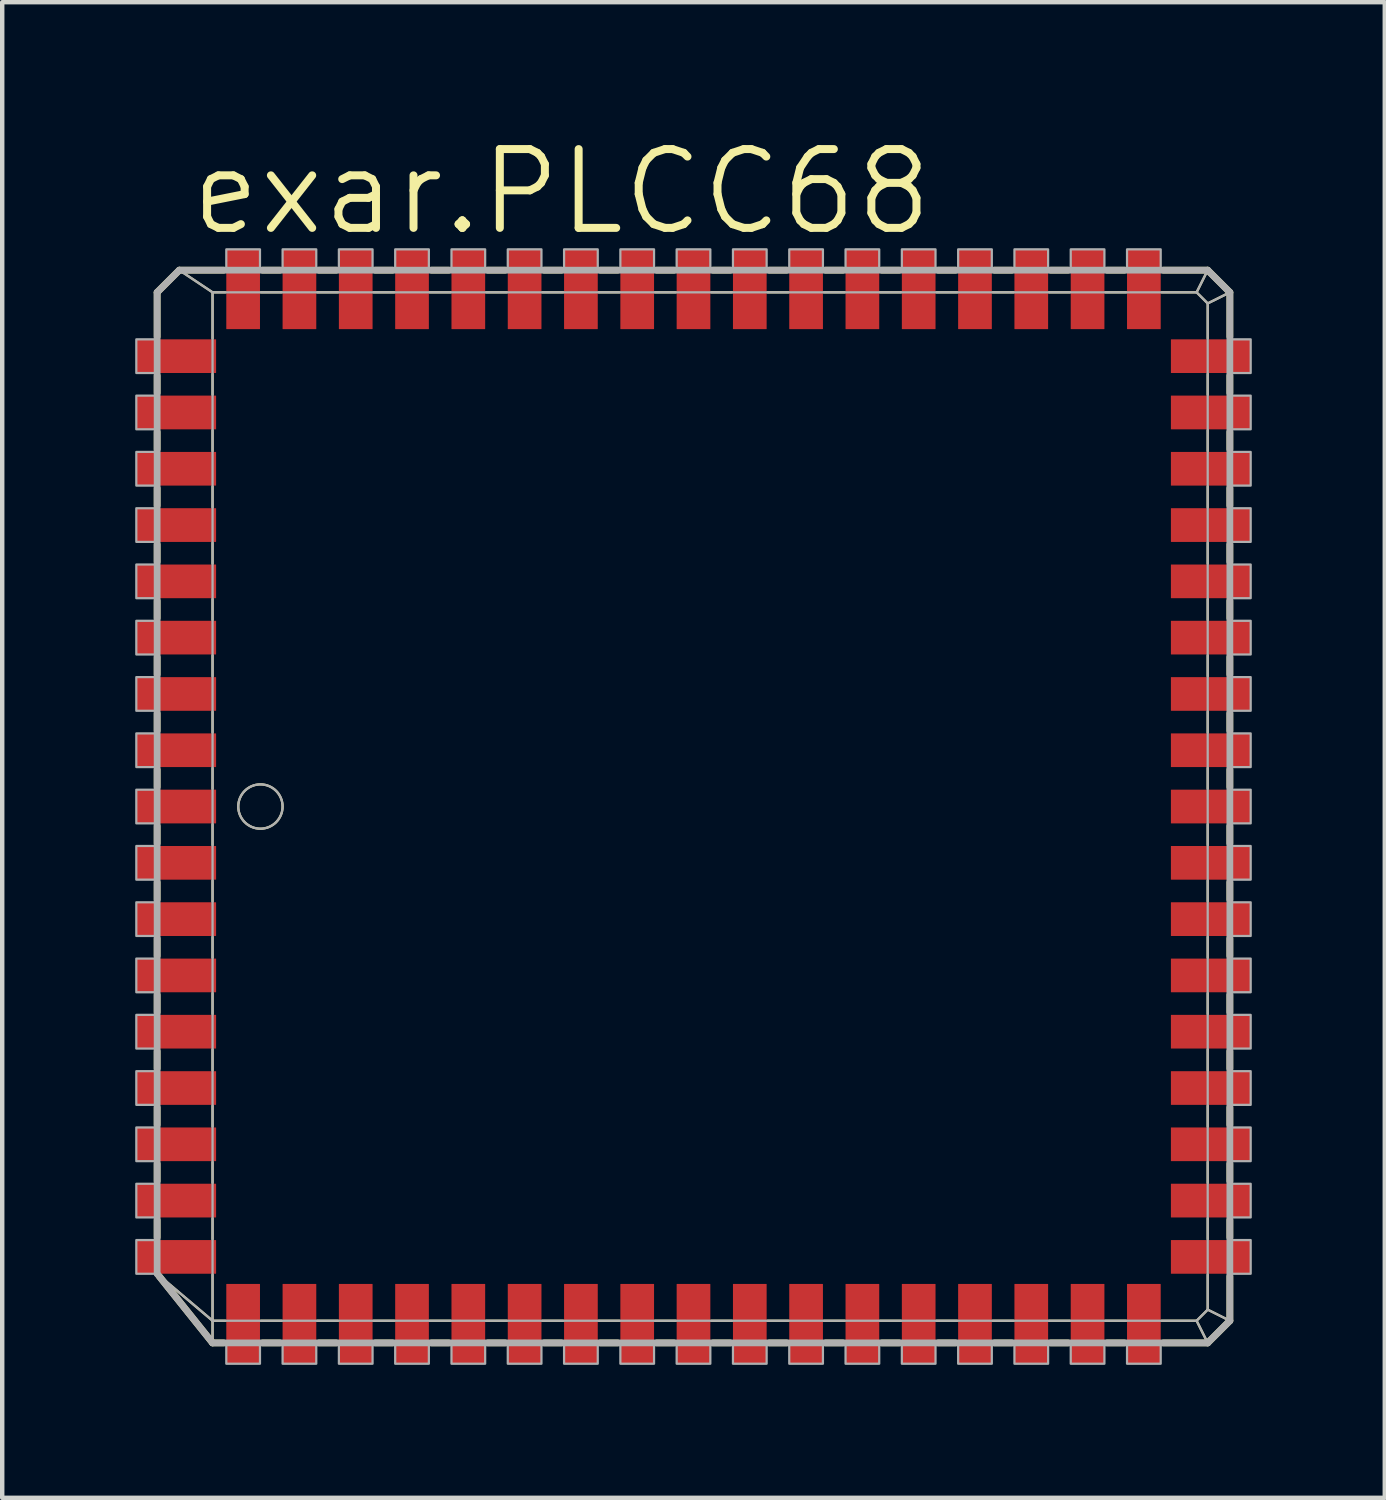
<source format=kicad_pcb>
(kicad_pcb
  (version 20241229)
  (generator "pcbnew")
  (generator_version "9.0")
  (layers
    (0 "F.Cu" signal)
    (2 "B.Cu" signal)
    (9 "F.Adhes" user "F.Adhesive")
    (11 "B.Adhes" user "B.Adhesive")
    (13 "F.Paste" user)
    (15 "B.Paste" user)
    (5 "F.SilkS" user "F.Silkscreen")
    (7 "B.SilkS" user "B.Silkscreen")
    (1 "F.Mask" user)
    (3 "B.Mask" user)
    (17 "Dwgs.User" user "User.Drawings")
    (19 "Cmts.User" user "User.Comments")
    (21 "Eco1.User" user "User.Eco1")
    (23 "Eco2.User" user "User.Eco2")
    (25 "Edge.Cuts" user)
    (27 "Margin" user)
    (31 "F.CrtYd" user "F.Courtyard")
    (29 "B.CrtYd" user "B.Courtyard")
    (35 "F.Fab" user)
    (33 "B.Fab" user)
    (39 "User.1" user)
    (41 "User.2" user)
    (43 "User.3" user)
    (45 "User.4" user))
  (footprint "exar.PLCC68"
    (layer "F.Cu")
    (at 12.595 15.145)
    (property "Reference" "exar.PLCC68" (at -11.43 -12.827 0) (layer "F.SilkS") (effects (font (size 1.778 1.778) (thickness 0.18)) (justify left bottom)))
    (attr smd)
    (fp_line (start -12.1 -11.6) (end -11.6 -12.1) (stroke (width 0.152) (type default)) (layer "F.SilkS"))
    (fp_line (start -12.1 -10.6) (end -12.1 -11.6) (stroke (width 0.152) (type default)) (layer "F.SilkS"))
    (fp_line (start -12.1 -9.33) (end -12.1 -9.72) (stroke (width 0.152) (type default)) (layer "F.SilkS"))
    (fp_line (start -12.1 -8.06) (end -12.1 -8.45) (stroke (width 0.152) (type default)) (layer "F.SilkS"))
    (fp_line (start -12.1 -6.79) (end -12.1 -7.18) (stroke (width 0.152) (type default)) (layer "F.SilkS"))
    (fp_line (start -12.1 -5.52) (end -12.1 -5.91) (stroke (width 0.152) (type default)) (layer "F.SilkS"))
    (fp_line (start -12.1 -4.25) (end -12.1 -4.64) (stroke (width 0.152) (type default)) (layer "F.SilkS"))
    (fp_line (start -12.1 -2.98) (end -12.1 -3.37) (stroke (width 0.152) (type default)) (layer "F.SilkS"))
    (fp_line (start -12.1 -1.71) (end -12.1 -2.1) (stroke (width 0.152) (type default)) (layer "F.SilkS"))
    (fp_line (start -12.1 -0.44) (end -12.1 -0.83) (stroke (width 0.152) (type default)) (layer "F.SilkS"))
    (fp_line (start -12.1 0.83) (end -12.1 0.44) (stroke (width 0.152) (type default)) (layer "F.SilkS"))
    (fp_line (start -12.1 2.1) (end -12.1 1.71) (stroke (width 0.152) (type default)) (layer "F.SilkS"))
    (fp_line (start -12.1 3.37) (end -12.1 2.98) (stroke (width 0.152) (type default)) (layer "F.SilkS"))
    (fp_line (start -12.1 4.64) (end -12.1 4.25) (stroke (width 0.152) (type default)) (layer "F.SilkS"))
    (fp_line (start -12.1 5.91) (end -12.1 5.52) (stroke (width 0.152) (type default)) (layer "F.SilkS"))
    (fp_line (start -12.1 7.18) (end -12.1 6.79) (stroke (width 0.152) (type default)) (layer "F.SilkS"))
    (fp_line (start -12.1 8.45) (end -12.1 8.06) (stroke (width 0.152) (type default)) (layer "F.SilkS"))
    (fp_line (start -12.1 9.72) (end -12.1 9.33) (stroke (width 0.152) (type default)) (layer "F.SilkS"))
    (fp_line (start -11.6 -12.1) (end -10.85 -11.6) (stroke (width 0.051) (type default)) (layer "F.SilkS"))
    (fp_line (start -11.6 -12.1) (end -10.6 -12.1) (stroke (width 0.152) (type default)) (layer "F.SilkS"))
    (fp_line (start -10.85 -11.6) (end -10.56 -11.6) (stroke (width 0.051) (type default)) (layer "F.SilkS"))
    (fp_line (start -10.85 -10.56) (end -10.85 -11.6) (stroke (width 0.051) (type default)) (layer "F.SilkS"))
    (fp_line (start -10.85 -9.29) (end -10.85 -9.76) (stroke (width 0.051) (type default)) (layer "F.SilkS"))
    (fp_line (start -10.85 -8.02) (end -10.85 -8.49) (stroke (width 0.051) (type default)) (layer "F.SilkS"))
    (fp_line (start -10.85 -6.75) (end -10.85 -7.22) (stroke (width 0.051) (type default)) (layer "F.SilkS"))
    (fp_line (start -10.85 -5.48) (end -10.85 -5.95) (stroke (width 0.051) (type default)) (layer "F.SilkS"))
    (fp_line (start -10.85 -4.21) (end -10.85 -4.68) (stroke (width 0.051) (type default)) (layer "F.SilkS"))
    (fp_line (start -10.85 -2.94) (end -10.85 -3.41) (stroke (width 0.051) (type default)) (layer "F.SilkS"))
    (fp_line (start -10.85 -1.67) (end -10.85 -2.14) (stroke (width 0.051) (type default)) (layer "F.SilkS"))
    (fp_line (start -10.85 -0.4) (end -10.85 -0.87) (stroke (width 0.051) (type default)) (layer "F.SilkS"))
    (fp_line (start -10.85 0.87) (end -10.85 0.4) (stroke (width 0.051) (type default)) (layer "F.SilkS"))
    (fp_line (start -10.85 2.14) (end -10.85 1.67) (stroke (width 0.051) (type default)) (layer "F.SilkS"))
    (fp_line (start -10.85 3.41) (end -10.85 2.94) (stroke (width 0.051) (type default)) (layer "F.SilkS"))
    (fp_line (start -10.85 4.68) (end -10.85 4.21) (stroke (width 0.051) (type default)) (layer "F.SilkS"))
    (fp_line (start -10.85 5.95) (end -10.85 5.48) (stroke (width 0.051) (type default)) (layer "F.SilkS"))
    (fp_line (start -10.85 7.22) (end -10.85 6.75) (stroke (width 0.051) (type default)) (layer "F.SilkS"))
    (fp_line (start -10.85 8.49) (end -10.85 8.02) (stroke (width 0.051) (type default)) (layer "F.SilkS"))
    (fp_line (start -10.85 9.76) (end -10.85 9.29) (stroke (width 0.051) (type default)) (layer "F.SilkS"))
    (fp_line (start -10.85 11.6) (end -12.08 10.56) (stroke (width 0.051) (type default)) (layer "F.SilkS"))
    (fp_line (start -10.85 11.6) (end -10.85 10.56) (stroke (width 0.051) (type default)) (layer "F.SilkS"))
    (fp_line (start -10.85 12.1) (end -12.05 10.6) (stroke (width 0.152) (type default)) (layer "F.SilkS"))
    (fp_line (start -10.85 12.1) (end -10.85 11.6) (stroke (width 0.051) (type default)) (layer "F.SilkS"))
    (fp_line (start -10.6 12.1) (end -10.85 12.1) (stroke (width 0.152) (type default)) (layer "F.SilkS"))
    (fp_line (start -10.56 11.6) (end -10.85 11.6) (stroke (width 0.051) (type default)) (layer "F.SilkS"))
    (fp_line (start -9.76 -11.6) (end -9.29 -11.6) (stroke (width 0.051) (type default)) (layer "F.SilkS"))
    (fp_line (start -9.72 -12.1) (end -9.33 -12.1) (stroke (width 0.152) (type default)) (layer "F.SilkS"))
    (fp_line (start -9.33 12.1) (end -9.72 12.1) (stroke (width 0.152) (type default)) (layer "F.SilkS"))
    (fp_line (start -9.29 11.6) (end -9.76 11.6) (stroke (width 0.051) (type default)) (layer "F.SilkS"))
    (fp_line (start -8.49 -11.6) (end -8.02 -11.6) (stroke (width 0.051) (type default)) (layer "F.SilkS"))
    (fp_line (start -8.45 -12.1) (end -8.06 -12.1) (stroke (width 0.152) (type default)) (layer "F.SilkS"))
    (fp_line (start -8.06 12.1) (end -8.45 12.1) (stroke (width 0.152) (type default)) (layer "F.SilkS"))
    (fp_line (start -8.02 11.6) (end -8.49 11.6) (stroke (width 0.051) (type default)) (layer "F.SilkS"))
    (fp_line (start -7.22 -11.6) (end -6.75 -11.6) (stroke (width 0.051) (type default)) (layer "F.SilkS"))
    (fp_line (start -7.18 -12.1) (end -6.79 -12.1) (stroke (width 0.152) (type default)) (layer "F.SilkS"))
    (fp_line (start -6.79 12.1) (end -7.18 12.1) (stroke (width 0.152) (type default)) (layer "F.SilkS"))
    (fp_line (start -6.75 11.6) (end -7.22 11.6) (stroke (width 0.051) (type default)) (layer "F.SilkS"))
    (fp_line (start -5.95 -11.6) (end -5.48 -11.6) (stroke (width 0.051) (type default)) (layer "F.SilkS"))
    (fp_line (start -5.91 -12.1) (end -5.52 -12.1) (stroke (width 0.152) (type default)) (layer "F.SilkS"))
    (fp_line (start -5.52 12.1) (end -5.91 12.1) (stroke (width 0.152) (type default)) (layer "F.SilkS"))
    (fp_line (start -5.48 11.6) (end -5.95 11.6) (stroke (width 0.051) (type default)) (layer "F.SilkS"))
    (fp_line (start -4.68 -11.6) (end -4.21 -11.6) (stroke (width 0.051) (type default)) (layer "F.SilkS"))
    (fp_line (start -4.64 -12.1) (end -4.25 -12.1) (stroke (width 0.152) (type default)) (layer "F.SilkS"))
    (fp_line (start -4.25 12.1) (end -4.64 12.1) (stroke (width 0.152) (type default)) (layer "F.SilkS"))
    (fp_line (start -4.21 11.6) (end -4.68 11.6) (stroke (width 0.051) (type default)) (layer "F.SilkS"))
    (fp_line (start -3.41 -11.6) (end -2.94 -11.6) (stroke (width 0.051) (type default)) (layer "F.SilkS"))
    (fp_line (start -3.37 -12.1) (end -2.98 -12.1) (stroke (width 0.152) (type default)) (layer "F.SilkS"))
    (fp_line (start -2.98 12.1) (end -3.37 12.1) (stroke (width 0.152) (type default)) (layer "F.SilkS"))
    (fp_line (start -2.94 11.6) (end -3.41 11.6) (stroke (width 0.051) (type default)) (layer "F.SilkS"))
    (fp_line (start -2.14 -11.6) (end -1.67 -11.6) (stroke (width 0.051) (type default)) (layer "F.SilkS"))
    (fp_line (start -2.1 -12.1) (end -1.71 -12.1) (stroke (width 0.152) (type default)) (layer "F.SilkS"))
    (fp_line (start -1.71 12.1) (end -2.1 12.1) (stroke (width 0.152) (type default)) (layer "F.SilkS"))
    (fp_line (start -1.67 11.6) (end -2.14 11.6) (stroke (width 0.051) (type default)) (layer "F.SilkS"))
    (fp_line (start -0.87 -11.6) (end -0.4 -11.6) (stroke (width 0.051) (type default)) (layer "F.SilkS"))
    (fp_line (start -0.83 -12.1) (end -0.44 -12.1) (stroke (width 0.152) (type default)) (layer "F.SilkS"))
    (fp_line (start -0.44 12.1) (end -0.83 12.1) (stroke (width 0.152) (type default)) (layer "F.SilkS"))
    (fp_line (start -0.4 11.6) (end -0.87 11.6) (stroke (width 0.051) (type default)) (layer "F.SilkS"))
    (fp_line (start 0.4 -11.6) (end 0.87 -11.6) (stroke (width 0.051) (type default)) (layer "F.SilkS"))
    (fp_line (start 0.44 -12.1) (end 0.83 -12.1) (stroke (width 0.152) (type default)) (layer "F.SilkS"))
    (fp_line (start 0.83 12.1) (end 0.44 12.1) (stroke (width 0.152) (type default)) (layer "F.SilkS"))
    (fp_line (start 0.87 11.6) (end 0.4 11.6) (stroke (width 0.051) (type default)) (layer "F.SilkS"))
    (fp_line (start 1.67 -11.6) (end 2.14 -11.6) (stroke (width 0.051) (type default)) (layer "F.SilkS"))
    (fp_line (start 1.71 -12.1) (end 2.1 -12.1) (stroke (width 0.152) (type default)) (layer "F.SilkS"))
    (fp_line (start 2.1 12.1) (end 1.71 12.1) (stroke (width 0.152) (type default)) (layer "F.SilkS"))
    (fp_line (start 2.14 11.6) (end 1.67 11.6) (stroke (width 0.051) (type default)) (layer "F.SilkS"))
    (fp_line (start 2.94 -11.6) (end 3.41 -11.6) (stroke (width 0.051) (type default)) (layer "F.SilkS"))
    (fp_line (start 2.98 -12.1) (end 3.37 -12.1) (stroke (width 0.152) (type default)) (layer "F.SilkS"))
    (fp_line (start 3.37 12.1) (end 2.98 12.1) (stroke (width 0.152) (type default)) (layer "F.SilkS"))
    (fp_line (start 3.41 11.6) (end 2.94 11.6) (stroke (width 0.051) (type default)) (layer "F.SilkS"))
    (fp_line (start 4.21 -11.6) (end 4.68 -11.6) (stroke (width 0.051) (type default)) (layer "F.SilkS"))
    (fp_line (start 4.25 -12.1) (end 4.64 -12.1) (stroke (width 0.152) (type default)) (layer "F.SilkS"))
    (fp_line (start 4.64 12.1) (end 4.25 12.1) (stroke (width 0.152) (type default)) (layer "F.SilkS"))
    (fp_line (start 4.68 11.6) (end 4.21 11.6) (stroke (width 0.051) (type default)) (layer "F.SilkS"))
    (fp_line (start 5.48 -11.6) (end 5.95 -11.6) (stroke (width 0.051) (type default)) (layer "F.SilkS"))
    (fp_line (start 5.52 -12.1) (end 5.91 -12.1) (stroke (width 0.152) (type default)) (layer "F.SilkS"))
    (fp_line (start 5.91 12.1) (end 5.52 12.1) (stroke (width 0.152) (type default)) (layer "F.SilkS"))
    (fp_line (start 5.95 11.6) (end 5.48 11.6) (stroke (width 0.051) (type default)) (layer "F.SilkS"))
    (fp_line (start 6.75 -11.6) (end 7.22 -11.6) (stroke (width 0.051) (type default)) (layer "F.SilkS"))
    (fp_line (start 6.79 -12.1) (end 7.18 -12.1) (stroke (width 0.152) (type default)) (layer "F.SilkS"))
    (fp_line (start 7.18 12.1) (end 6.79 12.1) (stroke (width 0.152) (type default)) (layer "F.SilkS"))
    (fp_line (start 7.22 11.6) (end 6.75 11.6) (stroke (width 0.051) (type default)) (layer "F.SilkS"))
    (fp_line (start 8.02 -11.6) (end 8.49 -11.6) (stroke (width 0.051) (type default)) (layer "F.SilkS"))
    (fp_line (start 8.06 -12.1) (end 8.45 -12.1) (stroke (width 0.152) (type default)) (layer "F.SilkS"))
    (fp_line (start 8.45 12.1) (end 8.06 12.1) (stroke (width 0.152) (type default)) (layer "F.SilkS"))
    (fp_line (start 8.49 11.6) (end 8.02 11.6) (stroke (width 0.051) (type default)) (layer "F.SilkS"))
    (fp_line (start 9.29 -11.6) (end 9.76 -11.6) (stroke (width 0.051) (type default)) (layer "F.SilkS"))
    (fp_line (start 9.33 -12.1) (end 9.72 -12.1) (stroke (width 0.152) (type default)) (layer "F.SilkS"))
    (fp_line (start 9.72 12.1) (end 9.33 12.1) (stroke (width 0.152) (type default)) (layer "F.SilkS"))
    (fp_line (start 9.76 11.6) (end 9.29 11.6) (stroke (width 0.051) (type default)) (layer "F.SilkS"))
    (fp_line (start 10.56 -11.6) (end 11.35 -11.6) (stroke (width 0.051) (type default)) (layer "F.SilkS"))
    (fp_line (start 10.6 -12.1) (end 11.6 -12.1) (stroke (width 0.152) (type default)) (layer "F.SilkS"))
    (fp_line (start 11.35 -11.6) (end 11.6 -12.1) (stroke (width 0.051) (type default)) (layer "F.SilkS"))
    (fp_line (start 11.35 -11.6) (end 11.6 -11.35) (stroke (width 0.051) (type default)) (layer "F.SilkS"))
    (fp_line (start 11.35 11.6) (end 10.56 11.6) (stroke (width 0.051) (type default)) (layer "F.SilkS"))
    (fp_line (start 11.6 -12.1) (end 12.1 -11.6) (stroke (width 0.152) (type default)) (layer "F.SilkS"))
    (fp_line (start 11.6 -11.35) (end 11.6 -10.56) (stroke (width 0.051) (type default)) (layer "F.SilkS"))
    (fp_line (start 11.6 -11.35) (end 12.1 -11.6) (stroke (width 0.051) (type default)) (layer "F.SilkS"))
    (fp_line (start 11.6 -9.76) (end 11.6 -9.29) (stroke (width 0.051) (type default)) (layer "F.SilkS"))
    (fp_line (start 11.6 -8.49) (end 11.6 -8.02) (stroke (width 0.051) (type default)) (layer "F.SilkS"))
    (fp_line (start 11.6 -7.22) (end 11.6 -6.75) (stroke (width 0.051) (type default)) (layer "F.SilkS"))
    (fp_line (start 11.6 -5.95) (end 11.6 -5.48) (stroke (width 0.051) (type default)) (layer "F.SilkS"))
    (fp_line (start 11.6 -4.68) (end 11.6 -4.21) (stroke (width 0.051) (type default)) (layer "F.SilkS"))
    (fp_line (start 11.6 -3.41) (end 11.6 -2.94) (stroke (width 0.051) (type default)) (layer "F.SilkS"))
    (fp_line (start 11.6 -2.14) (end 11.6 -1.67) (stroke (width 0.051) (type default)) (layer "F.SilkS"))
    (fp_line (start 11.6 -0.87) (end 11.6 -0.4) (stroke (width 0.051) (type default)) (layer "F.SilkS"))
    (fp_line (start 11.6 0.4) (end 11.6 0.87) (stroke (width 0.051) (type default)) (layer "F.SilkS"))
    (fp_line (start 11.6 1.67) (end 11.6 2.14) (stroke (width 0.051) (type default)) (layer "F.SilkS"))
    (fp_line (start 11.6 2.94) (end 11.6 3.41) (stroke (width 0.051) (type default)) (layer "F.SilkS"))
    (fp_line (start 11.6 4.21) (end 11.6 4.68) (stroke (width 0.051) (type default)) (layer "F.SilkS"))
    (fp_line (start 11.6 5.48) (end 11.6 5.95) (stroke (width 0.051) (type default)) (layer "F.SilkS"))
    (fp_line (start 11.6 6.75) (end 11.6 7.22) (stroke (width 0.051) (type default)) (layer "F.SilkS"))
    (fp_line (start 11.6 8.02) (end 11.6 8.49) (stroke (width 0.051) (type default)) (layer "F.SilkS"))
    (fp_line (start 11.6 9.29) (end 11.6 9.76) (stroke (width 0.051) (type default)) (layer "F.SilkS"))
    (fp_line (start 11.6 10.56) (end 11.6 11.35) (stroke (width 0.051) (type default)) (layer "F.SilkS"))
    (fp_line (start 11.6 11.35) (end 11.35 11.6) (stroke (width 0.051) (type default)) (layer "F.SilkS"))
    (fp_line (start 11.6 12.1) (end 10.6 12.1) (stroke (width 0.152) (type default)) (layer "F.SilkS"))
    (fp_line (start 11.6 12.1) (end 11.35 11.6) (stroke (width 0.051) (type default)) (layer "F.SilkS"))
    (fp_line (start 12.1 -11.6) (end 12.1 -10.6) (stroke (width 0.152) (type default)) (layer "F.SilkS"))
    (fp_line (start 12.1 -9.72) (end 12.1 -9.33) (stroke (width 0.152) (type default)) (layer "F.SilkS"))
    (fp_line (start 12.1 -8.45) (end 12.1 -8.06) (stroke (width 0.152) (type default)) (layer "F.SilkS"))
    (fp_line (start 12.1 -7.18) (end 12.1 -6.79) (stroke (width 0.152) (type default)) (layer "F.SilkS"))
    (fp_line (start 12.1 -5.91) (end 12.1 -5.52) (stroke (width 0.152) (type default)) (layer "F.SilkS"))
    (fp_line (start 12.1 -4.64) (end 12.1 -4.25) (stroke (width 0.152) (type default)) (layer "F.SilkS"))
    (fp_line (start 12.1 -3.37) (end 12.1 -2.98) (stroke (width 0.152) (type default)) (layer "F.SilkS"))
    (fp_line (start 12.1 -2.1) (end 12.1 -1.71) (stroke (width 0.152) (type default)) (layer "F.SilkS"))
    (fp_line (start 12.1 -0.83) (end 12.1 -0.44) (stroke (width 0.152) (type default)) (layer "F.SilkS"))
    (fp_line (start 12.1 0.44) (end 12.1 0.83) (stroke (width 0.152) (type default)) (layer "F.SilkS"))
    (fp_line (start 12.1 1.71) (end 12.1 2.1) (stroke (width 0.152) (type default)) (layer "F.SilkS"))
    (fp_line (start 12.1 2.98) (end 12.1 3.37) (stroke (width 0.152) (type default)) (layer "F.SilkS"))
    (fp_line (start 12.1 4.25) (end 12.1 4.64) (stroke (width 0.152) (type default)) (layer "F.SilkS"))
    (fp_line (start 12.1 5.52) (end 12.1 5.91) (stroke (width 0.152) (type default)) (layer "F.SilkS"))
    (fp_line (start 12.1 6.79) (end 12.1 7.18) (stroke (width 0.152) (type default)) (layer "F.SilkS"))
    (fp_line (start 12.1 8.06) (end 12.1 8.45) (stroke (width 0.152) (type default)) (layer "F.SilkS"))
    (fp_line (start 12.1 9.33) (end 12.1 9.72) (stroke (width 0.152) (type default)) (layer "F.SilkS"))
    (fp_line (start 12.1 10.6) (end 12.1 11.6) (stroke (width 0.152) (type default)) (layer "F.SilkS"))
    (fp_line (start 12.1 11.6) (end 11.6 11.35) (stroke (width 0.051) (type default)) (layer "F.SilkS"))
    (fp_line (start 12.1 11.6) (end 11.6 12.1) (stroke (width 0.152) (type default)) (layer "F.SilkS"))
    (fp_circle (center -9.77 0) (end -9.27 0) (stroke (width 0.051) (type default)) (fill no) (layer "F.SilkS"))
    (fp_line (start -12.1 -11.6) (end -11.6 -12.1) (stroke (width 0.152) (type default)) (layer "F.Fab"))
    (fp_line (start -12.1 10.54) (end -12.1 -11.6) (stroke (width 0.152) (type default)) (layer "F.Fab"))
    (fp_line (start -11.6 -12.1) (end -10.85 -11.6) (stroke (width 0.051) (type default)) (layer "F.Fab"))
    (fp_line (start -11.6 -12.1) (end 11.6 -12.1) (stroke (width 0.152) (type default)) (layer "F.Fab"))
    (fp_line (start -10.85 -11.6) (end 11.35 -11.6) (stroke (width 0.051) (type default)) (layer "F.Fab"))
    (fp_line (start -10.85 11.6) (end -12.1 10.54) (stroke (width 0.051) (type default)) (layer "F.Fab"))
    (fp_line (start -10.85 11.6) (end -10.85 -11.6) (stroke (width 0.051) (type default)) (layer "F.Fab"))
    (fp_line (start -10.85 12.1) (end -12.1 10.54) (stroke (width 0.152) (type default)) (layer "F.Fab"))
    (fp_line (start -10.85 12.1) (end -10.85 11.6) (stroke (width 0.051) (type default)) (layer "F.Fab"))
    (fp_line (start 11.35 -11.6) (end 11.6 -12.1) (stroke (width 0.051) (type default)) (layer "F.Fab"))
    (fp_line (start 11.35 -11.6) (end 11.6 -11.35) (stroke (width 0.051) (type default)) (layer "F.Fab"))
    (fp_line (start 11.35 11.6) (end -10.85 11.6) (stroke (width 0.051) (type default)) (layer "F.Fab"))
    (fp_line (start 11.6 -12.1) (end 12.1 -11.6) (stroke (width 0.152) (type default)) (layer "F.Fab"))
    (fp_line (start 11.6 -11.35) (end 11.6 11.35) (stroke (width 0.051) (type default)) (layer "F.Fab"))
    (fp_line (start 11.6 -11.35) (end 12.1 -11.6) (stroke (width 0.051) (type default)) (layer "F.Fab"))
    (fp_line (start 11.6 11.35) (end 11.35 11.6) (stroke (width 0.051) (type default)) (layer "F.Fab"))
    (fp_line (start 11.6 12.1) (end -10.85 12.1) (stroke (width 0.152) (type default)) (layer "F.Fab"))
    (fp_line (start 11.6 12.1) (end 11.35 11.6) (stroke (width 0.051) (type default)) (layer "F.Fab"))
    (fp_line (start 12.1 -11.6) (end 12.1 11.6) (stroke (width 0.152) (type default)) (layer "F.Fab"))
    (fp_line (start 12.1 11.6) (end 11.6 11.35) (stroke (width 0.051) (type default)) (layer "F.Fab"))
    (fp_line (start 12.1 11.6) (end 11.6 12.1) (stroke (width 0.152) (type default)) (layer "F.Fab"))
    (fp_rect (start -12.57 -9.78) (end -12.1 -10.54) (stroke (width 0.05) (type default)) (fill no) (layer "F.Fab"))
    (fp_rect (start -12.57 -8.51) (end -12.1 -9.27) (stroke (width 0.05) (type default)) (fill no) (layer "F.Fab"))
    (fp_rect (start -12.57 -7.24) (end -12.1 -8) (stroke (width 0.05) (type default)) (fill no) (layer "F.Fab"))
    (fp_rect (start -12.57 -5.97) (end -12.1 -6.73) (stroke (width 0.05) (type default)) (fill no) (layer "F.Fab"))
    (fp_rect (start -12.57 -4.7) (end -12.1 -5.46) (stroke (width 0.05) (type default)) (fill no) (layer "F.Fab"))
    (fp_rect (start -12.57 -3.43) (end -12.1 -4.19) (stroke (width 0.05) (type default)) (fill no) (layer "F.Fab"))
    (fp_rect (start -12.57 -2.16) (end -12.1 -2.92) (stroke (width 0.05) (type default)) (fill no) (layer "F.Fab"))
    (fp_rect (start -12.57 -0.89) (end -12.1 -1.65) (stroke (width 0.05) (type default)) (fill no) (layer "F.Fab"))
    (fp_rect (start -12.57 0.38) (end -12.1 -0.38) (stroke (width 0.05) (type default)) (fill no) (layer "F.Fab"))
    (fp_rect (start -12.57 1.65) (end -12.1 0.89) (stroke (width 0.05) (type default)) (fill no) (layer "F.Fab"))
    (fp_rect (start -12.57 2.92) (end -12.1 2.16) (stroke (width 0.05) (type default)) (fill no) (layer "F.Fab"))
    (fp_rect (start -12.57 4.19) (end -12.1 3.43) (stroke (width 0.05) (type default)) (fill no) (layer "F.Fab"))
    (fp_rect (start -12.57 5.46) (end -12.1 4.7) (stroke (width 0.05) (type default)) (fill no) (layer "F.Fab"))
    (fp_rect (start -12.57 6.73) (end -12.1 5.97) (stroke (width 0.05) (type default)) (fill no) (layer "F.Fab"))
    (fp_rect (start -12.57 8) (end -12.1 7.24) (stroke (width 0.05) (type default)) (fill no) (layer "F.Fab"))
    (fp_rect (start -12.57 9.27) (end -12.1 8.51) (stroke (width 0.05) (type default)) (fill no) (layer "F.Fab"))
    (fp_rect (start -12.57 10.54) (end -12.1 9.78) (stroke (width 0.05) (type default)) (fill no) (layer "F.Fab"))
    (fp_rect (start -10.54 -12.1) (end -9.78 -12.57) (stroke (width 0.05) (type default)) (fill no) (layer "F.Fab"))
    (fp_rect (start -10.54 12.57) (end -9.78 12.1) (stroke (width 0.05) (type default)) (fill no) (layer "F.Fab"))
    (fp_rect (start -9.27 -12.1) (end -8.51 -12.57) (stroke (width 0.05) (type default)) (fill no) (layer "F.Fab"))
    (fp_rect (start -9.27 12.57) (end -8.51 12.1) (stroke (width 0.05) (type default)) (fill no) (layer "F.Fab"))
    (fp_rect (start -8 -12.1) (end -7.24 -12.57) (stroke (width 0.05) (type default)) (fill no) (layer "F.Fab"))
    (fp_rect (start -8 12.57) (end -7.24 12.1) (stroke (width 0.05) (type default)) (fill no) (layer "F.Fab"))
    (fp_rect (start -6.73 -12.1) (end -5.97 -12.57) (stroke (width 0.05) (type default)) (fill no) (layer "F.Fab"))
    (fp_rect (start -6.73 12.57) (end -5.97 12.1) (stroke (width 0.05) (type default)) (fill no) (layer "F.Fab"))
    (fp_rect (start -5.46 -12.1) (end -4.7 -12.57) (stroke (width 0.05) (type default)) (fill no) (layer "F.Fab"))
    (fp_rect (start -5.46 12.57) (end -4.7 12.1) (stroke (width 0.05) (type default)) (fill no) (layer "F.Fab"))
    (fp_rect (start -4.19 -12.1) (end -3.43 -12.57) (stroke (width 0.05) (type default)) (fill no) (layer "F.Fab"))
    (fp_rect (start -4.19 12.57) (end -3.43 12.1) (stroke (width 0.05) (type default)) (fill no) (layer "F.Fab"))
    (fp_rect (start -2.92 -12.1) (end -2.16 -12.57) (stroke (width 0.05) (type default)) (fill no) (layer "F.Fab"))
    (fp_rect (start -2.92 12.57) (end -2.16 12.1) (stroke (width 0.05) (type default)) (fill no) (layer "F.Fab"))
    (fp_rect (start -1.65 -12.1) (end -0.89 -12.57) (stroke (width 0.05) (type default)) (fill no) (layer "F.Fab"))
    (fp_rect (start -1.65 12.57) (end -0.89 12.1) (stroke (width 0.05) (type default)) (fill no) (layer "F.Fab"))
    (fp_rect (start -0.38 -12.1) (end 0.38 -12.57) (stroke (width 0.05) (type default)) (fill no) (layer "F.Fab"))
    (fp_rect (start -0.38 12.57) (end 0.38 12.1) (stroke (width 0.05) (type default)) (fill no) (layer "F.Fab"))
    (fp_rect (start 0.89 -12.1) (end 1.65 -12.57) (stroke (width 0.05) (type default)) (fill no) (layer "F.Fab"))
    (fp_rect (start 0.89 12.57) (end 1.65 12.1) (stroke (width 0.05) (type default)) (fill no) (layer "F.Fab"))
    (fp_rect (start 2.16 -12.1) (end 2.92 -12.57) (stroke (width 0.05) (type default)) (fill no) (layer "F.Fab"))
    (fp_rect (start 2.16 12.57) (end 2.92 12.1) (stroke (width 0.05) (type default)) (fill no) (layer "F.Fab"))
    (fp_rect (start 3.43 -12.1) (end 4.19 -12.57) (stroke (width 0.05) (type default)) (fill no) (layer "F.Fab"))
    (fp_rect (start 3.43 12.57) (end 4.19 12.1) (stroke (width 0.05) (type default)) (fill no) (layer "F.Fab"))
    (fp_rect (start 4.7 -12.1) (end 5.46 -12.57) (stroke (width 0.05) (type default)) (fill no) (layer "F.Fab"))
    (fp_rect (start 4.7 12.57) (end 5.46 12.1) (stroke (width 0.05) (type default)) (fill no) (layer "F.Fab"))
    (fp_rect (start 5.97 -12.1) (end 6.73 -12.57) (stroke (width 0.05) (type default)) (fill no) (layer "F.Fab"))
    (fp_rect (start 5.97 12.57) (end 6.73 12.1) (stroke (width 0.05) (type default)) (fill no) (layer "F.Fab"))
    (fp_rect (start 7.24 -12.1) (end 8 -12.57) (stroke (width 0.05) (type default)) (fill no) (layer "F.Fab"))
    (fp_rect (start 7.24 12.57) (end 8 12.1) (stroke (width 0.05) (type default)) (fill no) (layer "F.Fab"))
    (fp_rect (start 8.51 -12.1) (end 9.27 -12.57) (stroke (width 0.05) (type default)) (fill no) (layer "F.Fab"))
    (fp_rect (start 8.51 12.57) (end 9.27 12.1) (stroke (width 0.05) (type default)) (fill no) (layer "F.Fab"))
    (fp_rect (start 9.78 -12.1) (end 10.54 -12.57) (stroke (width 0.05) (type default)) (fill no) (layer "F.Fab"))
    (fp_rect (start 9.78 12.57) (end 10.54 12.1) (stroke (width 0.05) (type default)) (fill no) (layer "F.Fab"))
    (fp_rect (start 12.1 -9.78) (end 12.57 -10.54) (stroke (width 0.05) (type default)) (fill no) (layer "F.Fab"))
    (fp_rect (start 12.1 -8.51) (end 12.57 -9.27) (stroke (width 0.05) (type default)) (fill no) (layer "F.Fab"))
    (fp_rect (start 12.1 -7.24) (end 12.57 -8) (stroke (width 0.05) (type default)) (fill no) (layer "F.Fab"))
    (fp_rect (start 12.1 -5.97) (end 12.57 -6.73) (stroke (width 0.05) (type default)) (fill no) (layer "F.Fab"))
    (fp_rect (start 12.1 -4.7) (end 12.57 -5.46) (stroke (width 0.05) (type default)) (fill no) (layer "F.Fab"))
    (fp_rect (start 12.1 -3.43) (end 12.57 -4.19) (stroke (width 0.05) (type default)) (fill no) (layer "F.Fab"))
    (fp_rect (start 12.1 -2.16) (end 12.57 -2.92) (stroke (width 0.05) (type default)) (fill no) (layer "F.Fab"))
    (fp_rect (start 12.1 -0.89) (end 12.57 -1.65) (stroke (width 0.05) (type default)) (fill no) (layer "F.Fab"))
    (fp_rect (start 12.1 0.38) (end 12.57 -0.38) (stroke (width 0.05) (type default)) (fill no) (layer "F.Fab"))
    (fp_rect (start 12.1 1.65) (end 12.57 0.89) (stroke (width 0.05) (type default)) (fill no) (layer "F.Fab"))
    (fp_rect (start 12.1 2.92) (end 12.57 2.16) (stroke (width 0.05) (type default)) (fill no) (layer "F.Fab"))
    (fp_rect (start 12.1 4.19) (end 12.57 3.43) (stroke (width 0.05) (type default)) (fill no) (layer "F.Fab"))
    (fp_rect (start 12.1 5.46) (end 12.57 4.7) (stroke (width 0.05) (type default)) (fill no) (layer "F.Fab"))
    (fp_rect (start 12.1 6.73) (end 12.57 5.97) (stroke (width 0.05) (type default)) (fill no) (layer "F.Fab"))
    (fp_rect (start 12.1 8) (end 12.57 7.24) (stroke (width 0.05) (type default)) (fill no) (layer "F.Fab"))
    (fp_rect (start 12.1 9.27) (end 12.57 8.51) (stroke (width 0.05) (type default)) (fill no) (layer "F.Fab"))
    (fp_rect (start 12.1 10.54) (end 12.57 9.78) (stroke (width 0.05) (type default)) (fill no) (layer "F.Fab"))
    (fp_circle (center -9.77 0) (end -9.27 0) (stroke (width 0.051) (type default)) (fill no) (layer "F.Fab"))
    (pad "1" smd roundrect (at -11.67 0) (size 1.8 0.76) (layers "F.Cu" "F.Mask" "F.Paste") (roundrect_rratio 0.01))
    (pad "2" smd roundrect (at -11.67 1.27) (size 1.8 0.76) (layers "F.Cu" "F.Mask" "F.Paste") (roundrect_rratio 0.01))
    (pad "3" smd roundrect (at -11.67 2.54) (size 1.8 0.76) (layers "F.Cu" "F.Mask" "F.Paste") (roundrect_rratio 0.01))
    (pad "4" smd roundrect (at -11.67 3.81) (size 1.8 0.76) (layers "F.Cu" "F.Mask" "F.Paste") (roundrect_rratio 0.01))
    (pad "5" smd roundrect (at -11.67 5.08) (size 1.8 0.76) (layers "F.Cu" "F.Mask" "F.Paste") (roundrect_rratio 0.01))
    (pad "6" smd roundrect (at -11.67 6.35) (size 1.8 0.76) (layers "F.Cu" "F.Mask" "F.Paste") (roundrect_rratio 0.01))
    (pad "7" smd roundrect (at -11.67 7.62) (size 1.8 0.76) (layers "F.Cu" "F.Mask" "F.Paste") (roundrect_rratio 0.01))
    (pad "8" smd roundrect (at -11.67 8.89) (size 1.8 0.76) (layers "F.Cu" "F.Mask" "F.Paste") (roundrect_rratio 0.01))
    (pad "9" smd roundrect (at -11.67 10.16) (size 1.8 0.76) (layers "F.Cu" "F.Mask" "F.Paste") (roundrect_rratio 0.01))
    (pad "10" smd roundrect (at -10.16 11.67) (size 0.76 1.8) (layers "F.Cu" "F.Mask" "F.Paste") (roundrect_rratio 0.01))
    (pad "11" smd roundrect (at -8.89 11.67) (size 0.76 1.8) (layers "F.Cu" "F.Mask" "F.Paste") (roundrect_rratio 0.01))
    (pad "12" smd roundrect (at -7.62 11.67) (size 0.76 1.8) (layers "F.Cu" "F.Mask" "F.Paste") (roundrect_rratio 0.01))
    (pad "13" smd roundrect (at -6.35 11.67) (size 0.76 1.8) (layers "F.Cu" "F.Mask" "F.Paste") (roundrect_rratio 0.01))
    (pad "14" smd roundrect (at -5.08 11.67) (size 0.76 1.8) (layers "F.Cu" "F.Mask" "F.Paste") (roundrect_rratio 0.01))
    (pad "15" smd roundrect (at -3.81 11.67) (size 0.76 1.8) (layers "F.Cu" "F.Mask" "F.Paste") (roundrect_rratio 0.01))
    (pad "16" smd roundrect (at -2.54 11.67) (size 0.76 1.8) (layers "F.Cu" "F.Mask" "F.Paste") (roundrect_rratio 0.01))
    (pad "17" smd roundrect (at -1.27 11.67) (size 0.76 1.8) (layers "F.Cu" "F.Mask" "F.Paste") (roundrect_rratio 0.01))
    (pad "18" smd roundrect (at 0 11.67) (size 0.76 1.8) (layers "F.Cu" "F.Mask" "F.Paste") (roundrect_rratio 0.01))
    (pad "19" smd roundrect (at 1.27 11.67) (size 0.76 1.8) (layers "F.Cu" "F.Mask" "F.Paste") (roundrect_rratio 0.01))
    (pad "20" smd roundrect (at 2.54 11.67) (size 0.76 1.8) (layers "F.Cu" "F.Mask" "F.Paste") (roundrect_rratio 0.01))
    (pad "21" smd roundrect (at 3.81 11.67) (size 0.76 1.8) (layers "F.Cu" "F.Mask" "F.Paste") (roundrect_rratio 0.01))
    (pad "22" smd roundrect (at 5.08 11.67) (size 0.76 1.8) (layers "F.Cu" "F.Mask" "F.Paste") (roundrect_rratio 0.01))
    (pad "23" smd roundrect (at 6.35 11.67) (size 0.76 1.8) (layers "F.Cu" "F.Mask" "F.Paste") (roundrect_rratio 0.01))
    (pad "24" smd roundrect (at 7.62 11.67) (size 0.76 1.8) (layers "F.Cu" "F.Mask" "F.Paste") (roundrect_rratio 0.01))
    (pad "25" smd roundrect (at 8.89 11.67) (size 0.76 1.8) (layers "F.Cu" "F.Mask" "F.Paste") (roundrect_rratio 0.01))
    (pad "26" smd roundrect (at 10.16 11.67) (size 0.76 1.8) (layers "F.Cu" "F.Mask" "F.Paste") (roundrect_rratio 0.01))
    (pad "27" smd roundrect (at 11.67 10.16) (size 1.8 0.76) (layers "F.Cu" "F.Mask" "F.Paste") (roundrect_rratio 0.01))
    (pad "28" smd roundrect (at 11.67 8.89) (size 1.8 0.76) (layers "F.Cu" "F.Mask" "F.Paste") (roundrect_rratio 0.01))
    (pad "29" smd roundrect (at 11.67 7.62) (size 1.8 0.76) (layers "F.Cu" "F.Mask" "F.Paste") (roundrect_rratio 0.01))
    (pad "30" smd roundrect (at 11.67 6.35) (size 1.8 0.76) (layers "F.Cu" "F.Mask" "F.Paste") (roundrect_rratio 0.01))
    (pad "31" smd roundrect (at 11.67 5.08) (size 1.8 0.76) (layers "F.Cu" "F.Mask" "F.Paste") (roundrect_rratio 0.01))
    (pad "32" smd roundrect (at 11.67 3.81) (size 1.8 0.76) (layers "F.Cu" "F.Mask" "F.Paste") (roundrect_rratio 0.01))
    (pad "33" smd roundrect (at 11.67 2.54) (size 1.8 0.76) (layers "F.Cu" "F.Mask" "F.Paste") (roundrect_rratio 0.01))
    (pad "34" smd roundrect (at 11.67 1.27) (size 1.8 0.76) (layers "F.Cu" "F.Mask" "F.Paste") (roundrect_rratio 0.01))
    (pad "35" smd roundrect (at 11.67 0) (size 1.8 0.76) (layers "F.Cu" "F.Mask" "F.Paste") (roundrect_rratio 0.01))
    (pad "36" smd roundrect (at 11.67 -1.27) (size 1.8 0.76) (layers "F.Cu" "F.Mask" "F.Paste") (roundrect_rratio 0.01))
    (pad "37" smd roundrect (at 11.67 -2.54) (size 1.8 0.76) (layers "F.Cu" "F.Mask" "F.Paste") (roundrect_rratio 0.01))
    (pad "38" smd roundrect (at 11.67 -3.81) (size 1.8 0.76) (layers "F.Cu" "F.Mask" "F.Paste") (roundrect_rratio 0.01))
    (pad "39" smd roundrect (at 11.67 -5.08) (size 1.8 0.76) (layers "F.Cu" "F.Mask" "F.Paste") (roundrect_rratio 0.01))
    (pad "40" smd roundrect (at 11.67 -6.35) (size 1.8 0.76) (layers "F.Cu" "F.Mask" "F.Paste") (roundrect_rratio 0.01))
    (pad "41" smd roundrect (at 11.67 -7.62) (size 1.8 0.76) (layers "F.Cu" "F.Mask" "F.Paste") (roundrect_rratio 0.01))
    (pad "42" smd roundrect (at 11.67 -8.89) (size 1.8 0.76) (layers "F.Cu" "F.Mask" "F.Paste") (roundrect_rratio 0.01))
    (pad "43" smd roundrect (at 11.67 -10.16) (size 1.8 0.76) (layers "F.Cu" "F.Mask" "F.Paste") (roundrect_rratio 0.01))
    (pad "44" smd roundrect (at 10.16 -11.67) (size 0.76 1.8) (layers "F.Cu" "F.Mask" "F.Paste") (roundrect_rratio 0.01))
    (pad "45" smd roundrect (at 8.89 -11.67) (size 0.76 1.8) (layers "F.Cu" "F.Mask" "F.Paste") (roundrect_rratio 0.01))
    (pad "46" smd roundrect (at 7.62 -11.67) (size 0.76 1.8) (layers "F.Cu" "F.Mask" "F.Paste") (roundrect_rratio 0.01))
    (pad "47" smd roundrect (at 6.35 -11.67) (size 0.76 1.8) (layers "F.Cu" "F.Mask" "F.Paste") (roundrect_rratio 0.01))
    (pad "48" smd roundrect (at 5.08 -11.67) (size 0.76 1.8) (layers "F.Cu" "F.Mask" "F.Paste") (roundrect_rratio 0.01))
    (pad "49" smd roundrect (at 3.81 -11.67) (size 0.76 1.8) (layers "F.Cu" "F.Mask" "F.Paste") (roundrect_rratio 0.01))
    (pad "50" smd roundrect (at 2.54 -11.67) (size 0.76 1.8) (layers "F.Cu" "F.Mask" "F.Paste") (roundrect_rratio 0.01))
    (pad "51" smd roundrect (at 1.27 -11.67) (size 0.76 1.8) (layers "F.Cu" "F.Mask" "F.Paste") (roundrect_rratio 0.01))
    (pad "52" smd roundrect (at 0 -11.67) (size 0.76 1.8) (layers "F.Cu" "F.Mask" "F.Paste") (roundrect_rratio 0.01))
    (pad "53" smd roundrect (at -1.27 -11.67) (size 0.76 1.8) (layers "F.Cu" "F.Mask" "F.Paste") (roundrect_rratio 0.01))
    (pad "54" smd roundrect (at -2.54 -11.67) (size 0.76 1.8) (layers "F.Cu" "F.Mask" "F.Paste") (roundrect_rratio 0.01))
    (pad "55" smd roundrect (at -3.81 -11.67) (size 0.76 1.8) (layers "F.Cu" "F.Mask" "F.Paste") (roundrect_rratio 0.01))
    (pad "56" smd roundrect (at -5.08 -11.67) (size 0.76 1.8) (layers "F.Cu" "F.Mask" "F.Paste") (roundrect_rratio 0.01))
    (pad "57" smd roundrect (at -6.35 -11.67) (size 0.76 1.8) (layers "F.Cu" "F.Mask" "F.Paste") (roundrect_rratio 0.01))
    (pad "58" smd roundrect (at -7.62 -11.67) (size 0.76 1.8) (layers "F.Cu" "F.Mask" "F.Paste") (roundrect_rratio 0.01))
    (pad "59" smd roundrect (at -8.89 -11.67) (size 0.76 1.8) (layers "F.Cu" "F.Mask" "F.Paste") (roundrect_rratio 0.01))
    (pad "60" smd roundrect (at -10.16 -11.67) (size 0.76 1.8) (layers "F.Cu" "F.Mask" "F.Paste") (roundrect_rratio 0.01))
    (pad "61" smd roundrect (at -11.67 -10.16) (size 1.8 0.76) (layers "F.Cu" "F.Mask" "F.Paste") (roundrect_rratio 0.01))
    (pad "62" smd roundrect (at -11.67 -8.89) (size 1.8 0.76) (layers "F.Cu" "F.Mask" "F.Paste") (roundrect_rratio 0.01))
    (pad "63" smd roundrect (at -11.67 -7.62) (size 1.8 0.76) (layers "F.Cu" "F.Mask" "F.Paste") (roundrect_rratio 0.01))
    (pad "64" smd roundrect (at -11.67 -6.35) (size 1.8 0.76) (layers "F.Cu" "F.Mask" "F.Paste") (roundrect_rratio 0.01))
    (pad "65" smd roundrect (at -11.67 -5.08) (size 1.8 0.76) (layers "F.Cu" "F.Mask" "F.Paste") (roundrect_rratio 0.01))
    (pad "66" smd roundrect (at -11.67 -3.81) (size 1.8 0.76) (layers "F.Cu" "F.Mask" "F.Paste") (roundrect_rratio 0.01))
    (pad "67" smd roundrect (at -11.67 -2.54) (size 1.8 0.76) (layers "F.Cu" "F.Mask" "F.Paste") (roundrect_rratio 0.01))
    (pad "68" smd roundrect (at -11.67 -1.27) (size 1.8 0.76) (layers "F.Cu" "F.Mask" "F.Paste") (roundrect_rratio 0.01)))
  (gr_rect
    (start -3 -3)
    (end 28.19 30.74)
    (stroke (width 0.1) (type default))
    (fill no)
    (layer "Edge.Cuts")))
</source>
